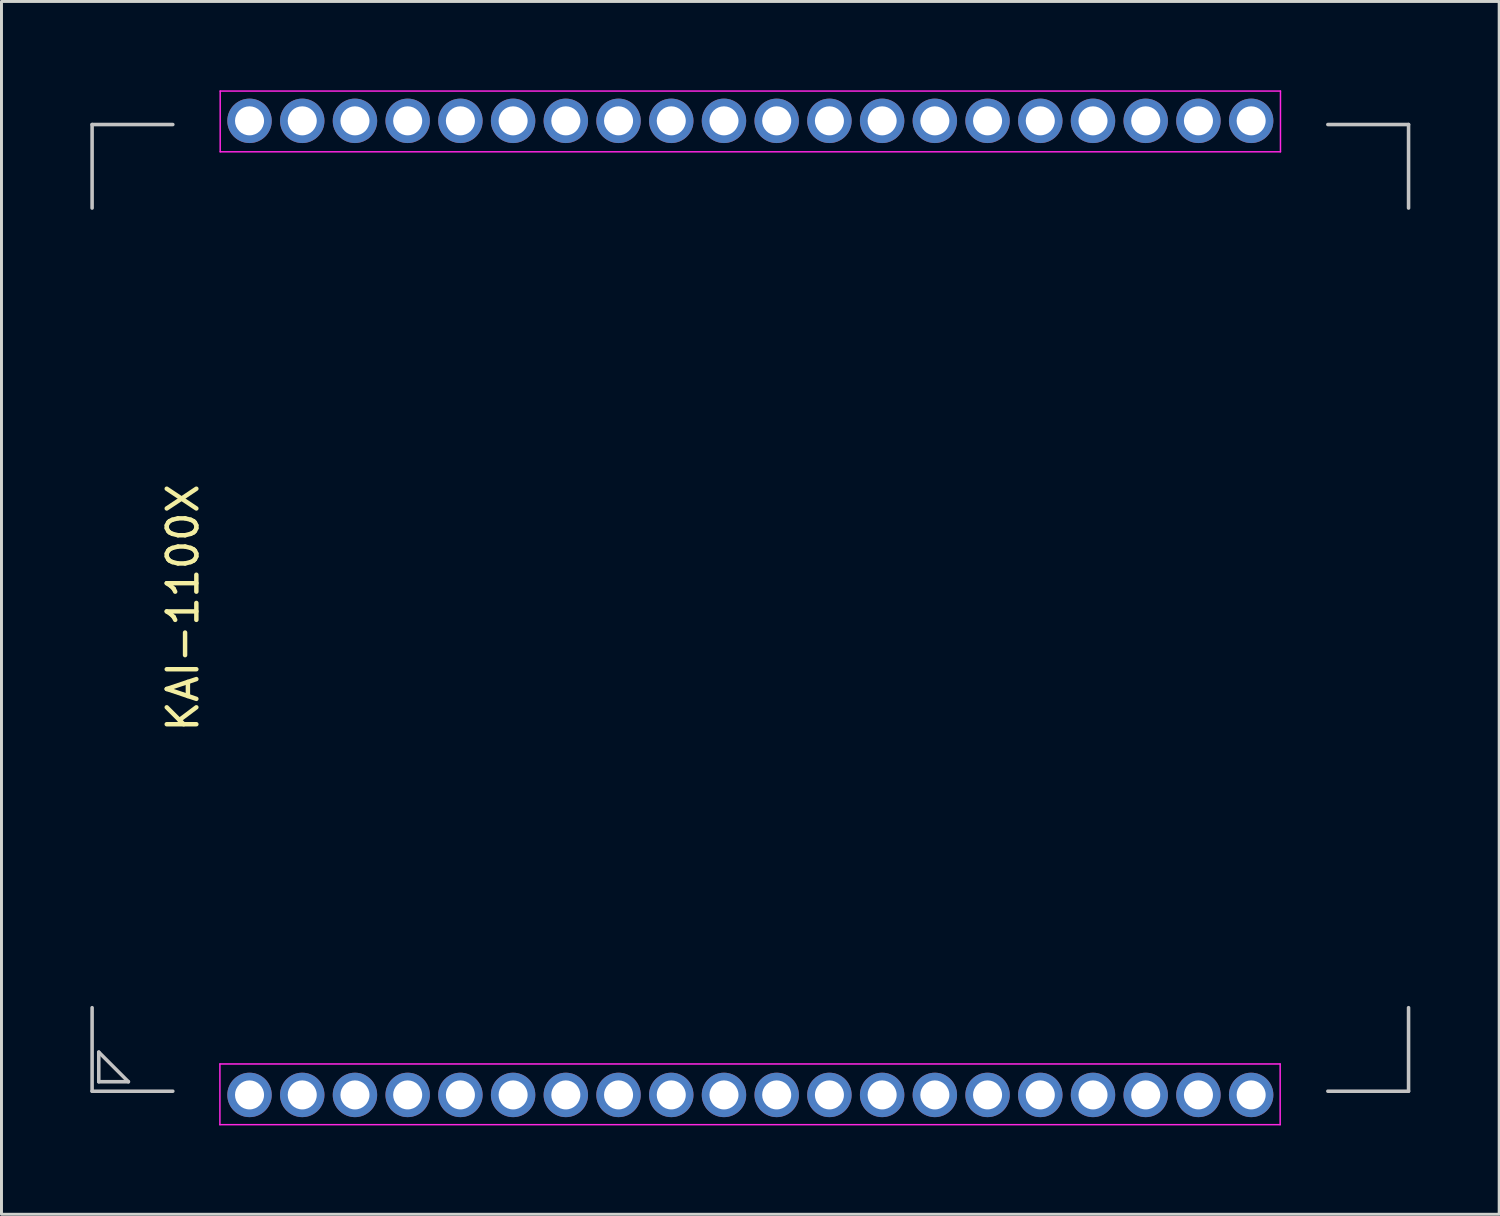
<source format=kicad_pcb>
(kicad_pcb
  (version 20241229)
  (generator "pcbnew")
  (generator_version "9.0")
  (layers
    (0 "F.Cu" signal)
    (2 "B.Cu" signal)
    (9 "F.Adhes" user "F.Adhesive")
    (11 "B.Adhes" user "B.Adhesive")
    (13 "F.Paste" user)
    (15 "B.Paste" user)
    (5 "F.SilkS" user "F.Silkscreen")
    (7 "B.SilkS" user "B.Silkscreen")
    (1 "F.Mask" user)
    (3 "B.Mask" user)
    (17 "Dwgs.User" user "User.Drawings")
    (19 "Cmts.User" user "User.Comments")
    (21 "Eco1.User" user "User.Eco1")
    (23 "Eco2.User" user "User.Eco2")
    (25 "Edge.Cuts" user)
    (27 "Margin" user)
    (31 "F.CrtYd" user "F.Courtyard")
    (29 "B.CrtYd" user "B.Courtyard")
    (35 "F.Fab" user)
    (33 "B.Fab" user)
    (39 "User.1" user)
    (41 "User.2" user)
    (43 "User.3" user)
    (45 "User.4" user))
  (footprint "KAI-1100X"
    (layer "F.Cu")
    (at 22.285 17.475)
    (property "Reference" "KAI-1100X" (at -19.16 0 90) (layer "F.SilkS") (effects (font (size 1 1) (thickness 0.15))))
    (attr through_hole)
    (fp_line (start -22.225 -13.5) (end -22.225 -16.32) (stroke (width 0.12) (type solid)) (layer "Dwgs.User"))
    (fp_line (start -22.225 16.32) (end -22.225 13.5) (stroke (width 0.12) (type solid)) (layer "Dwgs.User"))
    (fp_line (start -22 15) (end -22 16) (stroke (width 0.12) (type solid)) (layer "Dwgs.User"))
    (fp_line (start -22 16) (end -21 16) (stroke (width 0.12) (type solid)) (layer "Dwgs.User"))
    (fp_line (start -21 16) (end -22 15) (stroke (width 0.12) (type solid)) (layer "Dwgs.User"))
    (fp_line (start -19.5 -16.32) (end -22.225 -16.32) (stroke (width 0.12) (type solid)) (layer "Dwgs.User"))
    (fp_line (start -19.5 16.32) (end -22.225 16.32) (stroke (width 0.12) (type solid)) (layer "Dwgs.User"))
    (fp_line (start 22.225 -16.32) (end 19.5 -16.32) (stroke (width 0.12) (type solid)) (layer "Dwgs.User"))
    (fp_line (start 22.225 -13.5) (end 22.225 -16.32) (stroke (width 0.12) (type solid)) (layer "Dwgs.User"))
    (fp_line (start 22.225 16.32) (end 19.5 16.32) (stroke (width 0.12) (type solid)) (layer "Dwgs.User"))
    (fp_line (start 22.225 16.32) (end 22.225 13.5) (stroke (width 0.12) (type solid)) (layer "Dwgs.User"))
    (fp_line (start -17.91 15.4) (end 17.89 15.4) (stroke (width 0.05) (type solid)) (layer "F.CrtYd"))
    (fp_line (start -17.91 17.45) (end -17.91 15.4) (stroke (width 0.05) (type solid)) (layer "F.CrtYd"))
    (fp_line (start -17.91 17.45) (end 17.89 17.45) (stroke (width 0.05) (type solid)) (layer "F.CrtYd"))
    (fp_line (start -17.9 -17.45) (end 17.9 -17.45) (stroke (width 0.05) (type solid)) (layer "F.CrtYd"))
    (fp_line (start -17.9 -15.4) (end -17.9 -17.45) (stroke (width 0.05) (type solid)) (layer "F.CrtYd"))
    (fp_line (start -17.9 -15.4) (end 17.9 -15.4) (stroke (width 0.05) (type solid)) (layer "F.CrtYd"))
    (fp_line (start 17.89 17.45) (end 17.89 15.4) (stroke (width 0.05) (type solid)) (layer "F.CrtYd"))
    (fp_line (start 17.9 -15.4) (end 17.9 -17.45) (stroke (width 0.05) (type solid)) (layer "F.CrtYd"))
    (pad "1" thru_hole circle (at -16.91 16.445) (size 1.5 1.5) (drill 0.98) (layers "*.Cu" "*.Mask"))
    (pad "2" thru_hole circle (at -15.13 16.445) (size 1.5 1.5) (drill 0.98) (layers "*.Cu" "*.Mask"))
    (pad "3" thru_hole circle (at -13.35 16.445) (size 1.5 1.5) (drill 0.98) (layers "*.Cu" "*.Mask"))
    (pad "4" thru_hole circle (at -11.57 16.445) (size 1.5 1.5) (drill 0.98) (layers "*.Cu" "*.Mask"))
    (pad "5" thru_hole circle (at -9.79 16.445) (size 1.5 1.5) (drill 0.98) (layers "*.Cu" "*.Mask"))
    (pad "6" thru_hole circle (at -8.01 16.445) (size 1.5 1.5) (drill 0.98) (layers "*.Cu" "*.Mask"))
    (pad "7" thru_hole circle (at -6.23 16.445) (size 1.5 1.5) (drill 0.98) (layers "*.Cu" "*.Mask"))
    (pad "8" thru_hole circle (at -4.45 16.445) (size 1.5 1.5) (drill 0.98) (layers "*.Cu" "*.Mask"))
    (pad "9" thru_hole circle (at -2.67 16.445) (size 1.5 1.5) (drill 0.98) (layers "*.Cu" "*.Mask"))
    (pad "10" thru_hole circle (at -0.89 16.445) (size 1.5 1.5) (drill 0.98) (layers "*.Cu" "*.Mask"))
    (pad "11" thru_hole circle (at 0.89 16.445) (size 1.5 1.5) (drill 0.98) (layers "*.Cu" "*.Mask"))
    (pad "12" thru_hole circle (at 2.67 16.445) (size 1.5 1.5) (drill 0.98) (layers "*.Cu" "*.Mask"))
    (pad "13" thru_hole circle (at 4.45 16.445) (size 1.5 1.5) (drill 0.98) (layers "*.Cu" "*.Mask"))
    (pad "14" thru_hole circle (at 6.23 16.445) (size 1.5 1.5) (drill 0.98) (layers "*.Cu" "*.Mask"))
    (pad "15" thru_hole circle (at 8.01 16.445) (size 1.5 1.5) (drill 0.98) (layers "*.Cu" "*.Mask"))
    (pad "16" thru_hole circle (at 9.79 16.445) (size 1.5 1.5) (drill 0.98) (layers "*.Cu" "*.Mask"))
    (pad "17" thru_hole circle (at 11.57 16.445) (size 1.5 1.5) (drill 0.98) (layers "*.Cu" "*.Mask"))
    (pad "18" thru_hole circle (at 13.35 16.445) (size 1.5 1.5) (drill 0.98) (layers "*.Cu" "*.Mask"))
    (pad "19" thru_hole circle (at 15.13 16.445) (size 1.5 1.5) (drill 0.98) (layers "*.Cu" "*.Mask"))
    (pad "20" thru_hole circle (at 16.91 16.445) (size 1.5 1.5) (drill 0.98) (layers "*.Cu" "*.Mask"))
    (pad "21" thru_hole circle (at 16.91 -16.445) (size 1.5 1.5) (drill 0.98) (layers "*.Cu" "*.Mask"))
    (pad "22" thru_hole circle (at 15.13 -16.445) (size 1.5 1.5) (drill 0.98) (layers "*.Cu" "*.Mask"))
    (pad "23" thru_hole circle (at 13.35 -16.445) (size 1.5 1.5) (drill 0.98) (layers "*.Cu" "*.Mask"))
    (pad "24" thru_hole circle (at 11.57 -16.445) (size 1.5 1.5) (drill 0.98) (layers "*.Cu" "*.Mask"))
    (pad "25" thru_hole circle (at 9.79 -16.445) (size 1.5 1.5) (drill 0.98) (layers "*.Cu" "*.Mask"))
    (pad "26" thru_hole circle (at 8.01 -16.445) (size 1.5 1.5) (drill 0.98) (layers "*.Cu" "*.Mask"))
    (pad "27" thru_hole circle (at 6.23 -16.445) (size 1.5 1.5) (drill 0.98) (layers "*.Cu" "*.Mask"))
    (pad "28" thru_hole circle (at 4.45 -16.445) (size 1.5 1.5) (drill 0.98) (layers "*.Cu" "*.Mask"))
    (pad "29" thru_hole circle (at 2.67 -16.445) (size 1.5 1.5) (drill 0.98) (layers "*.Cu" "*.Mask"))
    (pad "30" thru_hole circle (at 0.89 -16.445) (size 1.5 1.5) (drill 0.98) (layers "*.Cu" "*.Mask"))
    (pad "31" thru_hole circle (at -0.89 -16.445) (size 1.5 1.5) (drill 0.98) (layers "*.Cu" "*.Mask"))
    (pad "32" thru_hole circle (at -2.67 -16.445) (size 1.5 1.5) (drill 0.98) (layers "*.Cu" "*.Mask"))
    (pad "33" thru_hole circle (at -4.45 -16.445) (size 1.5 1.5) (drill 0.98) (layers "*.Cu" "*.Mask"))
    (pad "34" thru_hole circle (at -6.23 -16.445) (size 1.5 1.5) (drill 0.98) (layers "*.Cu" "*.Mask"))
    (pad "35" thru_hole circle (at -8.01 -16.445) (size 1.5 1.5) (drill 0.98) (layers "*.Cu" "*.Mask"))
    (pad "36" thru_hole circle (at -9.79 -16.445) (size 1.5 1.5) (drill 0.98) (layers "*.Cu" "*.Mask"))
    (pad "37" thru_hole circle (at -11.57 -16.445) (size 1.5 1.5) (drill 0.98) (layers "*.Cu" "*.Mask"))
    (pad "38" thru_hole circle (at -13.35 -16.445) (size 1.5 1.5) (drill 0.98) (layers "*.Cu" "*.Mask"))
    (pad "39" thru_hole circle (at -15.13 -16.445) (size 1.5 1.5) (drill 0.98) (layers "*.Cu" "*.Mask"))
    (pad "40" thru_hole circle (at -16.91 -16.445) (size 1.5 1.5) (drill 0.98) (layers "*.Cu" "*.Mask")))
  (gr_rect
    (start -3 -3)
    (end 47.57 37.95)
    (stroke (width 0.1) (type default))
    (fill no)
    (layer "Edge.Cuts")))
</source>
